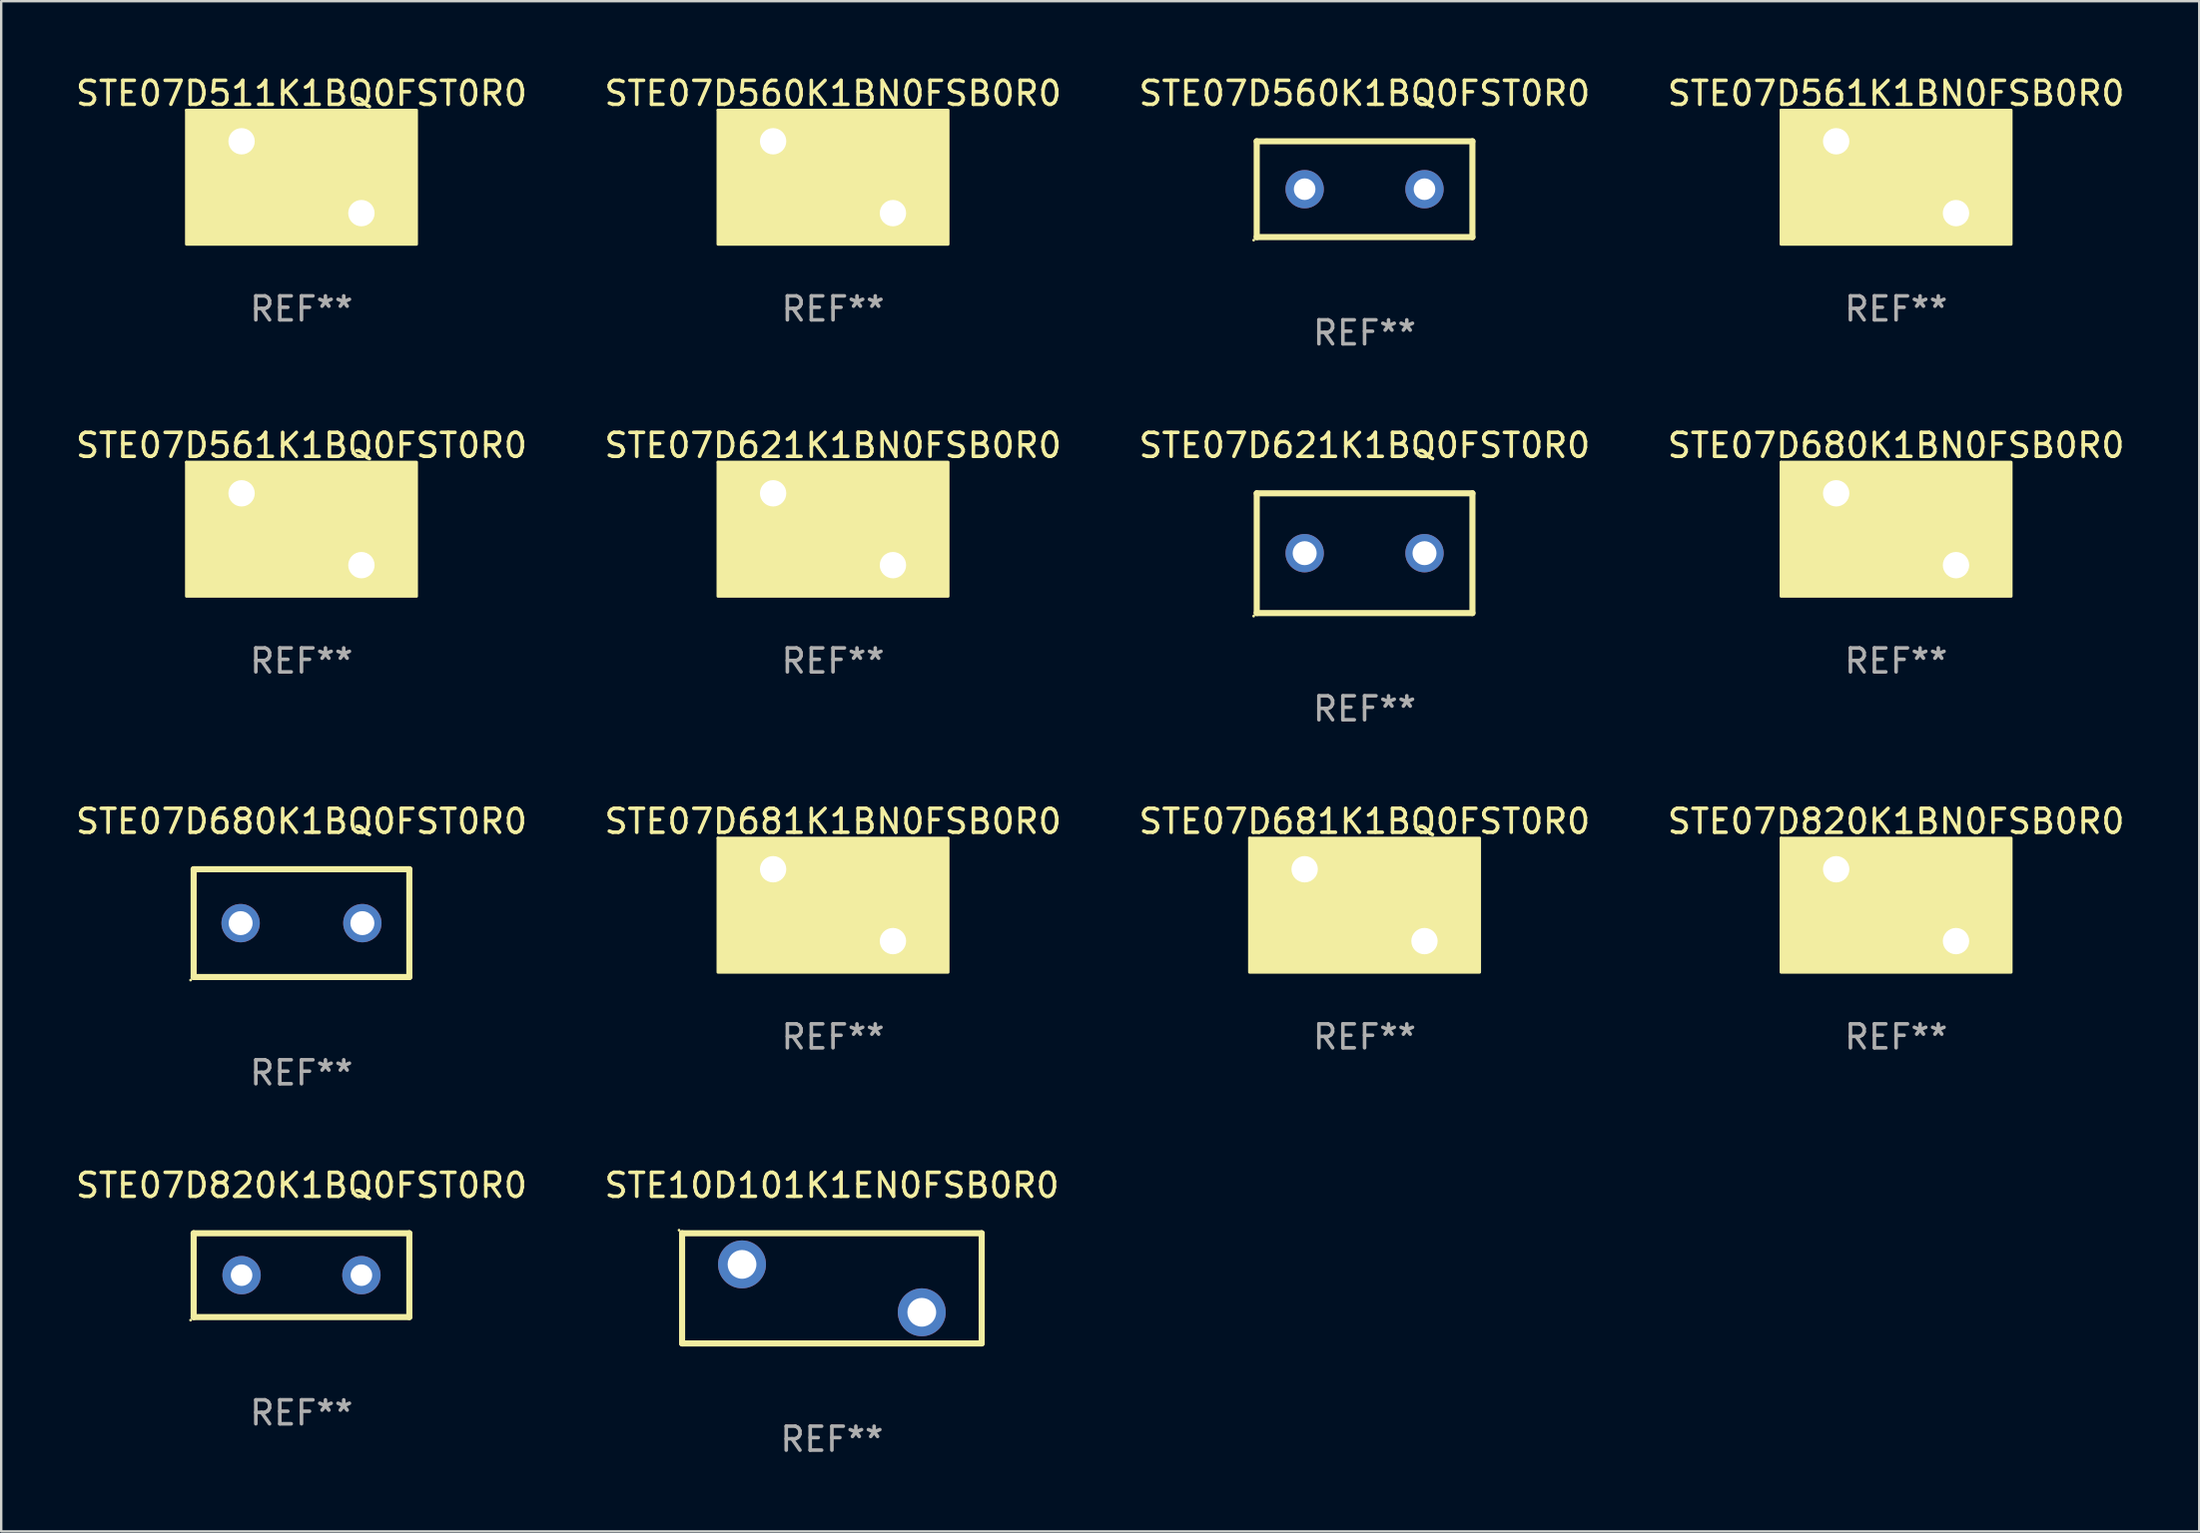
<source format=kicad_pcb>
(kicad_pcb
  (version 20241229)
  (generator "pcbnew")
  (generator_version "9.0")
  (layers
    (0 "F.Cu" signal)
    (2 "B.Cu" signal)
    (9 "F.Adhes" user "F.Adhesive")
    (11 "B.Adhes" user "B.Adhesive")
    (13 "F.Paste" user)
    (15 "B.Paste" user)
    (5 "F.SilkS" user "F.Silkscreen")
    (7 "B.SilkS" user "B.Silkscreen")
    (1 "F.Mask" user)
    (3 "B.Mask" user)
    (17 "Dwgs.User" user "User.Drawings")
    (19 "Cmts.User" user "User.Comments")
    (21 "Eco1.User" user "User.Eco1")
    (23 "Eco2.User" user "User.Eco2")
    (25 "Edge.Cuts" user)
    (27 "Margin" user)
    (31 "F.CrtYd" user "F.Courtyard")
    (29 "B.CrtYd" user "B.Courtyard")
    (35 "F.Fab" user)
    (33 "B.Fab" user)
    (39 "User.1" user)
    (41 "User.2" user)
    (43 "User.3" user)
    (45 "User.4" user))
  (footprint "STE07D560K1BN0FSB0R0"
    (layer "F.Cu")
    (at 31.708 4.348)
    (property "Reference" "STE07D560K1BN0FSB0R0" (at 0 -3.5 0) (layer "F.SilkS") (effects (font (size 1 1) (thickness 0.15))))
    (attr through_hole)
    (fp_circle (center -4.8 -2.8) (end -4.77 -2.8) (stroke (width 0.06) (type solid)) (fill no) (layer "F.SilkS"))
    (fp_poly (pts (xy -4.8 -2.8) (xy 4.8 -2.8) (xy 4.8 2.8) (xy -4.8 2.8)) (stroke (width 0.12) (type solid)) (fill yes) (layer "F.SilkS"))
    (fp_text user "REF**" (at 0 5.5 0) (layer "F.Fab") (effects (font (size 1 1) (thickness 0.15))))
    (pad "1" thru_hole circle (at -2.5 -1.5) (size 1.8 1.8) (drill 1.1) (layers "*.Cu" "*.Mask"))
    (pad "2" thru_hole circle (at 2.5 1.5) (size 1.8 1.8) (drill 1.1) (layers "*.Cu" "*.Mask")))
  (footprint "STE07D820K1BQ0FST0R0"
    (layer "F.Cu")
    (at 9.53 50.188)
    (property "Reference" "STE07D820K1BQ0FST0R0" (at 0 -3.75 0) (layer "F.SilkS") (effects (font (size 1 1) (thickness 0.15))))
    (attr through_hole)
    (fp_line (start -4.5 -1.75) (end 4.5 -1.75) (stroke (width 0.254) (type solid)) (layer "F.SilkS"))
    (fp_line (start -4.5 1.75) (end -4.5 -1.75) (stroke (width 0.254) (type solid)) (layer "F.SilkS"))
    (fp_line (start 4.5 -1.75) (end 4.5 1.75) (stroke (width 0.254) (type solid)) (layer "F.SilkS"))
    (fp_line (start 4.5 1.75) (end -4.5 1.75) (stroke (width 0.254) (type solid)) (layer "F.SilkS"))
    (fp_circle (center -4.627 1.877) (end -4.597 1.877) (stroke (width 0.06) (type solid)) (fill no) (layer "F.SilkS"))
    (fp_text user "REF**" (at 0 5.75 0) (layer "F.Fab") (effects (font (size 1 1) (thickness 0.15))))
    (pad "1" thru_hole circle (at -2.5 0) (size 1.6 1.6) (drill 0.9) (layers "*.Cu" "*.Mask"))
    (pad "2" thru_hole circle (at 2.5 0) (size 1.6 1.6) (drill 0.9) (layers "*.Cu" "*.Mask")))
  (footprint "STE07D621K1BN0FSB0R0"
    (layer "F.Cu")
    (at 31.708 19.045)
    (property "Reference" "STE07D621K1BN0FSB0R0" (at 0 -3.5 0) (layer "F.SilkS") (effects (font (size 1 1) (thickness 0.15))))
    (attr through_hole)
    (fp_circle (center -4.8 -2.8) (end -4.77 -2.8) (stroke (width 0.06) (type solid)) (fill no) (layer "F.SilkS"))
    (fp_poly (pts (xy -4.8 -2.8) (xy 4.8 -2.8) (xy 4.8 2.8) (xy -4.8 2.8)) (stroke (width 0.12) (type solid)) (fill yes) (layer "F.SilkS"))
    (fp_text user "REF**" (at 0 5.5 0) (layer "F.Fab") (effects (font (size 1 1) (thickness 0.15))))
    (pad "1" thru_hole circle (at -2.5 -1.5) (size 1.8 1.8) (drill 1.1) (layers "*.Cu" "*.Mask"))
    (pad "2" thru_hole circle (at 2.5 1.5) (size 1.8 1.8) (drill 1.1) (layers "*.Cu" "*.Mask")))
  (footprint "STE07D561K1BQ0FST0R0"
    (layer "F.Cu")
    (at 9.53 19.045)
    (property "Reference" "STE07D561K1BQ0FST0R0" (at 0 -3.5 0) (layer "F.SilkS") (effects (font (size 1 1) (thickness 0.15))))
    (attr through_hole)
    (fp_circle (center -4.8 -2.8) (end -4.77 -2.8) (stroke (width 0.06) (type solid)) (fill no) (layer "F.SilkS"))
    (fp_poly (pts (xy -4.8 -2.8) (xy 4.8 -2.8) (xy 4.8 2.8) (xy -4.8 2.8)) (stroke (width 0.12) (type solid)) (fill yes) (layer "F.SilkS"))
    (fp_text user "REF**" (at 0 5.5 0) (layer "F.Fab") (effects (font (size 1 1) (thickness 0.15))))
    (pad "1" thru_hole circle (at -2.5 -1.5) (size 1.8 1.8) (drill 1.1) (layers "*.Cu" "*.Mask"))
    (pad "2" thru_hole circle (at 2.5 1.5) (size 1.8 1.8) (drill 1.1) (layers "*.Cu" "*.Mask")))
  (footprint "STE07D560K1BQ0FST0R0"
    (layer "F.Cu")
    (at 53.887 4.848)
    (property "Reference" "STE07D560K1BQ0FST0R0" (at 0 -4 0) (layer "F.SilkS") (effects (font (size 1 1) (thickness 0.15))))
    (attr through_hole)
    (fp_line (start -4.5 -2) (end 4.5 -2) (stroke (width 0.254) (type solid)) (layer "F.SilkS"))
    (fp_line (start -4.5 2) (end -4.5 -2) (stroke (width 0.254) (type solid)) (layer "F.SilkS"))
    (fp_line (start 4.5 -2) (end 4.5 2) (stroke (width 0.254) (type solid)) (layer "F.SilkS"))
    (fp_line (start 4.5 2) (end -4.5 2) (stroke (width 0.254) (type solid)) (layer "F.SilkS"))
    (fp_circle (center -4.627 2.127) (end -4.597 2.127) (stroke (width 0.06) (type solid)) (fill no) (layer "F.SilkS"))
    (fp_text user "REF**" (at 0 6 0) (layer "F.Fab") (effects (font (size 1 1) (thickness 0.15))))
    (pad "1" thru_hole circle (at -2.5 0) (size 1.6 1.6) (drill 0.9) (layers "*.Cu" "*.Mask"))
    (pad "2" thru_hole circle (at 2.5 0) (size 1.6 1.6) (drill 0.9) (layers "*.Cu" "*.Mask")))
  (footprint "STE07D681K1BN0FSB0R0"
    (layer "F.Cu")
    (at 31.708 34.741)
    (property "Reference" "STE07D681K1BN0FSB0R0" (at 0 -3.5 0) (layer "F.SilkS") (effects (font (size 1 1) (thickness 0.15))))
    (attr through_hole)
    (fp_circle (center -4.8 -2.8) (end -4.77 -2.8) (stroke (width 0.06) (type solid)) (fill no) (layer "F.SilkS"))
    (fp_poly (pts (xy -4.8 -2.8) (xy 4.8 -2.8) (xy 4.8 2.8) (xy -4.8 2.8)) (stroke (width 0.12) (type solid)) (fill yes) (layer "F.SilkS"))
    (fp_text user "REF**" (at 0 5.5 0) (layer "F.Fab") (effects (font (size 1 1) (thickness 0.15))))
    (pad "1" thru_hole circle (at -2.5 -1.5) (size 1.8 1.8) (drill 1.1) (layers "*.Cu" "*.Mask"))
    (pad "2" thru_hole circle (at 2.5 1.5) (size 1.8 1.8) (drill 1.1) (layers "*.Cu" "*.Mask")))
  (footprint "STE07D561K1BN0FSB0R0"
    (layer "F.Cu")
    (at 76.065 4.348)
    (property "Reference" "STE07D561K1BN0FSB0R0" (at 0 -3.5 0) (layer "F.SilkS") (effects (font (size 1 1) (thickness 0.15))))
    (attr through_hole)
    (fp_circle (center -4.8 -2.8) (end -4.77 -2.8) (stroke (width 0.06) (type solid)) (fill no) (layer "F.SilkS"))
    (fp_poly (pts (xy -4.8 -2.8) (xy 4.8 -2.8) (xy 4.8 2.8) (xy -4.8 2.8)) (stroke (width 0.12) (type solid)) (fill yes) (layer "F.SilkS"))
    (fp_text user "REF**" (at 0 5.5 0) (layer "F.Fab") (effects (font (size 1 1) (thickness 0.15))))
    (pad "1" thru_hole circle (at -2.5 -1.5) (size 1.8 1.8) (drill 1.1) (layers "*.Cu" "*.Mask"))
    (pad "2" thru_hole circle (at 2.5 1.5) (size 1.8 1.8) (drill 1.1) (layers "*.Cu" "*.Mask")))
  (footprint "STE07D820K1BN0FSB0R0"
    (layer "F.Cu")
    (at 76.065 34.741)
    (property "Reference" "STE07D820K1BN0FSB0R0" (at 0 -3.5 0) (layer "F.SilkS") (effects (font (size 1 1) (thickness 0.15))))
    (attr through_hole)
    (fp_circle (center -4.8 -2.8) (end -4.77 -2.8) (stroke (width 0.06) (type solid)) (fill no) (layer "F.SilkS"))
    (fp_poly (pts (xy -4.8 -2.8) (xy 4.8 -2.8) (xy 4.8 2.8) (xy -4.8 2.8)) (stroke (width 0.12) (type solid)) (fill yes) (layer "F.SilkS"))
    (fp_text user "REF**" (at 0 5.5 0) (layer "F.Fab") (effects (font (size 1 1) (thickness 0.15))))
    (pad "1" thru_hole circle (at -2.5 -1.5) (size 1.8 1.8) (drill 1.1) (layers "*.Cu" "*.Mask"))
    (pad "2" thru_hole circle (at 2.5 1.5) (size 1.8 1.8) (drill 1.1) (layers "*.Cu" "*.Mask")))
  (footprint "STE10D101K1EN0FSB0R0"
    (layer "F.Cu")
    (at 31.661 50.738)
    (property "Reference" "STE10D101K1EN0FSB0R0" (at 0 -4.3 0) (layer "F.SilkS") (effects (font (size 1 1) (thickness 0.15))))
    (attr through_hole)
    (fp_line (start -6.25 -2.3) (end -6.25 2.3) (stroke (width 0.254) (type solid)) (layer "F.SilkS"))
    (fp_line (start -6.25 -2.3) (end 6.25 -2.3) (stroke (width 0.254) (type solid)) (layer "F.SilkS"))
    (fp_line (start -6.25 2.3) (end 6.25 2.3) (stroke (width 0.254) (type solid)) (layer "F.SilkS"))
    (fp_line (start 6.25 -2.3) (end 6.25 2.3) (stroke (width 0.254) (type solid)) (layer "F.SilkS"))
    (fp_circle (center -6.377 -2.427) (end -6.347 -2.427) (stroke (width 0.06) (type solid)) (fill no) (layer "F.SilkS"))
    (fp_text user "REF**" (at 0 6.3 0) (layer "F.Fab") (effects (font (size 1 1) (thickness 0.15))))
    (pad "1" thru_hole circle (at -3.75 -1) (size 2 2) (drill 1.2) (layers "*.Cu" "*.Mask"))
    (pad "2" thru_hole circle (at 3.75 1) (size 2 2) (drill 1.2) (layers "*.Cu" "*.Mask")))
  (footprint "STE07D680K1BQ0FST0R0"
    (layer "F.Cu")
    (at 9.53 35.491)
    (property "Reference" "STE07D680K1BQ0FST0R0" (at 0 -4.25 0) (layer "F.SilkS") (effects (font (size 1 1) (thickness 0.15))))
    (attr through_hole)
    (fp_line (start -4.5 -2.25) (end 4.5 -2.25) (stroke (width 0.254) (type solid)) (layer "F.SilkS"))
    (fp_line (start -4.5 2.25) (end -4.5 -2.25) (stroke (width 0.254) (type solid)) (layer "F.SilkS"))
    (fp_line (start 4.5 -2.25) (end 4.5 2.25) (stroke (width 0.254) (type solid)) (layer "F.SilkS"))
    (fp_line (start 4.5 2.25) (end -4.5 2.25) (stroke (width 0.254) (type solid)) (layer "F.SilkS"))
    (fp_circle (center -4.627 2.377) (end -4.597 2.377) (stroke (width 0.06) (type solid)) (fill no) (layer "F.SilkS"))
    (fp_text user "REF**" (at 0 6.25 0) (layer "F.Fab") (effects (font (size 1 1) (thickness 0.15))))
    (pad "1" thru_hole circle (at -2.54 0) (size 1.6 1.6) (drill 1) (layers "*.Cu" "*.Mask"))
    (pad "2" thru_hole circle (at 2.54 0) (size 1.6 1.6) (drill 1) (layers "*.Cu" "*.Mask")))
  (footprint "STE07D680K1BN0FSB0R0"
    (layer "F.Cu")
    (at 76.065 19.045)
    (property "Reference" "STE07D680K1BN0FSB0R0" (at 0 -3.5 0) (layer "F.SilkS") (effects (font (size 1 1) (thickness 0.15))))
    (attr through_hole)
    (fp_circle (center -4.8 -2.8) (end -4.77 -2.8) (stroke (width 0.06) (type solid)) (fill no) (layer "F.SilkS"))
    (fp_poly (pts (xy -4.8 -2.8) (xy 4.8 -2.8) (xy 4.8 2.8) (xy -4.8 2.8)) (stroke (width 0.12) (type solid)) (fill yes) (layer "F.SilkS"))
    (fp_text user "REF**" (at 0 5.5 0) (layer "F.Fab") (effects (font (size 1 1) (thickness 0.15))))
    (pad "1" thru_hole circle (at -2.5 -1.5) (size 1.8 1.8) (drill 1.1) (layers "*.Cu" "*.Mask"))
    (pad "2" thru_hole circle (at 2.5 1.5) (size 1.8 1.8) (drill 1.1) (layers "*.Cu" "*.Mask")))
  (footprint "STE07D621K1BQ0FST0R0"
    (layer "F.Cu")
    (at 53.887 20.045)
    (property "Reference" "STE07D621K1BQ0FST0R0" (at 0 -4.5 0) (layer "F.SilkS") (effects (font (size 1 1) (thickness 0.15))))
    (attr through_hole)
    (fp_line (start -4.499 -2.5) (end 4.501 -2.5) (stroke (width 0.254) (type solid)) (layer "F.SilkS"))
    (fp_line (start -4.499 2.5) (end -4.499 -2.5) (stroke (width 0.254) (type solid)) (layer "F.SilkS"))
    (fp_line (start 4.501 -2.5) (end 4.501 2.5) (stroke (width 0.254) (type solid)) (layer "F.SilkS"))
    (fp_line (start 4.501 2.5) (end -4.501 2.5) (stroke (width 0.254) (type solid)) (layer "F.SilkS"))
    (fp_circle (center -4.628 2.627) (end -4.598 2.627) (stroke (width 0.06) (type solid)) (fill no) (layer "F.SilkS"))
    (fp_text user "REF**" (at 0 6.5 0) (layer "F.Fab") (effects (font (size 1 1) (thickness 0.15))))
    (pad "1" thru_hole circle (at -2.499 -0.000013) (size 1.6 1.6) (drill 1) (layers "*.Cu" "*.Mask"))
    (pad "2" thru_hole circle (at 2.501 -0.000013) (size 1.6 1.6) (drill 1) (layers "*.Cu" "*.Mask")))
  (footprint "STE07D511K1BQ0FST0R0"
    (layer "F.Cu")
    (at 9.53 4.348)
    (property "Reference" "STE07D511K1BQ0FST0R0" (at 0 -3.5 0) (layer "F.SilkS") (effects (font (size 1 1) (thickness 0.15))))
    (attr through_hole)
    (fp_circle (center -4.8 -2.8) (end -4.77 -2.8) (stroke (width 0.06) (type solid)) (fill no) (layer "F.SilkS"))
    (fp_poly (pts (xy -4.8 -2.8) (xy 4.8 -2.8) (xy 4.8 2.8) (xy -4.8 2.8)) (stroke (width 0.12) (type solid)) (fill yes) (layer "F.SilkS"))
    (fp_text user "REF**" (at 0 5.5 0) (layer "F.Fab") (effects (font (size 1 1) (thickness 0.15))))
    (pad "1" thru_hole circle (at -2.5 -1.5) (size 1.8 1.8) (drill 1.1) (layers "*.Cu" "*.Mask"))
    (pad "2" thru_hole circle (at 2.5 1.5) (size 1.8 1.8) (drill 1.1) (layers "*.Cu" "*.Mask")))
  (footprint "STE07D681K1BQ0FST0R0"
    (layer "F.Cu")
    (at 53.887 34.741)
    (property "Reference" "STE07D681K1BQ0FST0R0" (at 0 -3.5 0) (layer "F.SilkS") (effects (font (size 1 1) (thickness 0.15))))
    (attr through_hole)
    (fp_circle (center -4.8 -2.8) (end -4.77 -2.8) (stroke (width 0.06) (type solid)) (fill no) (layer "F.SilkS"))
    (fp_poly (pts (xy -4.8 -2.8) (xy 4.8 -2.8) (xy 4.8 2.8) (xy -4.8 2.8)) (stroke (width 0.12) (type solid)) (fill yes) (layer "F.SilkS"))
    (fp_text user "REF**" (at 0 5.5 0) (layer "F.Fab") (effects (font (size 1 1) (thickness 0.15))))
    (pad "1" thru_hole circle (at -2.5 -1.5) (size 1.8 1.8) (drill 1.1) (layers "*.Cu" "*.Mask"))
    (pad "2" thru_hole circle (at 2.5 1.5) (size 1.8 1.8) (drill 1.1) (layers "*.Cu" "*.Mask")))
  (gr_rect
    (start -3 -3)
    (end 88.714 60.886)
    (stroke (width 0.1) (type default))
    (fill no)
    (layer "Edge.Cuts")))
</source>
